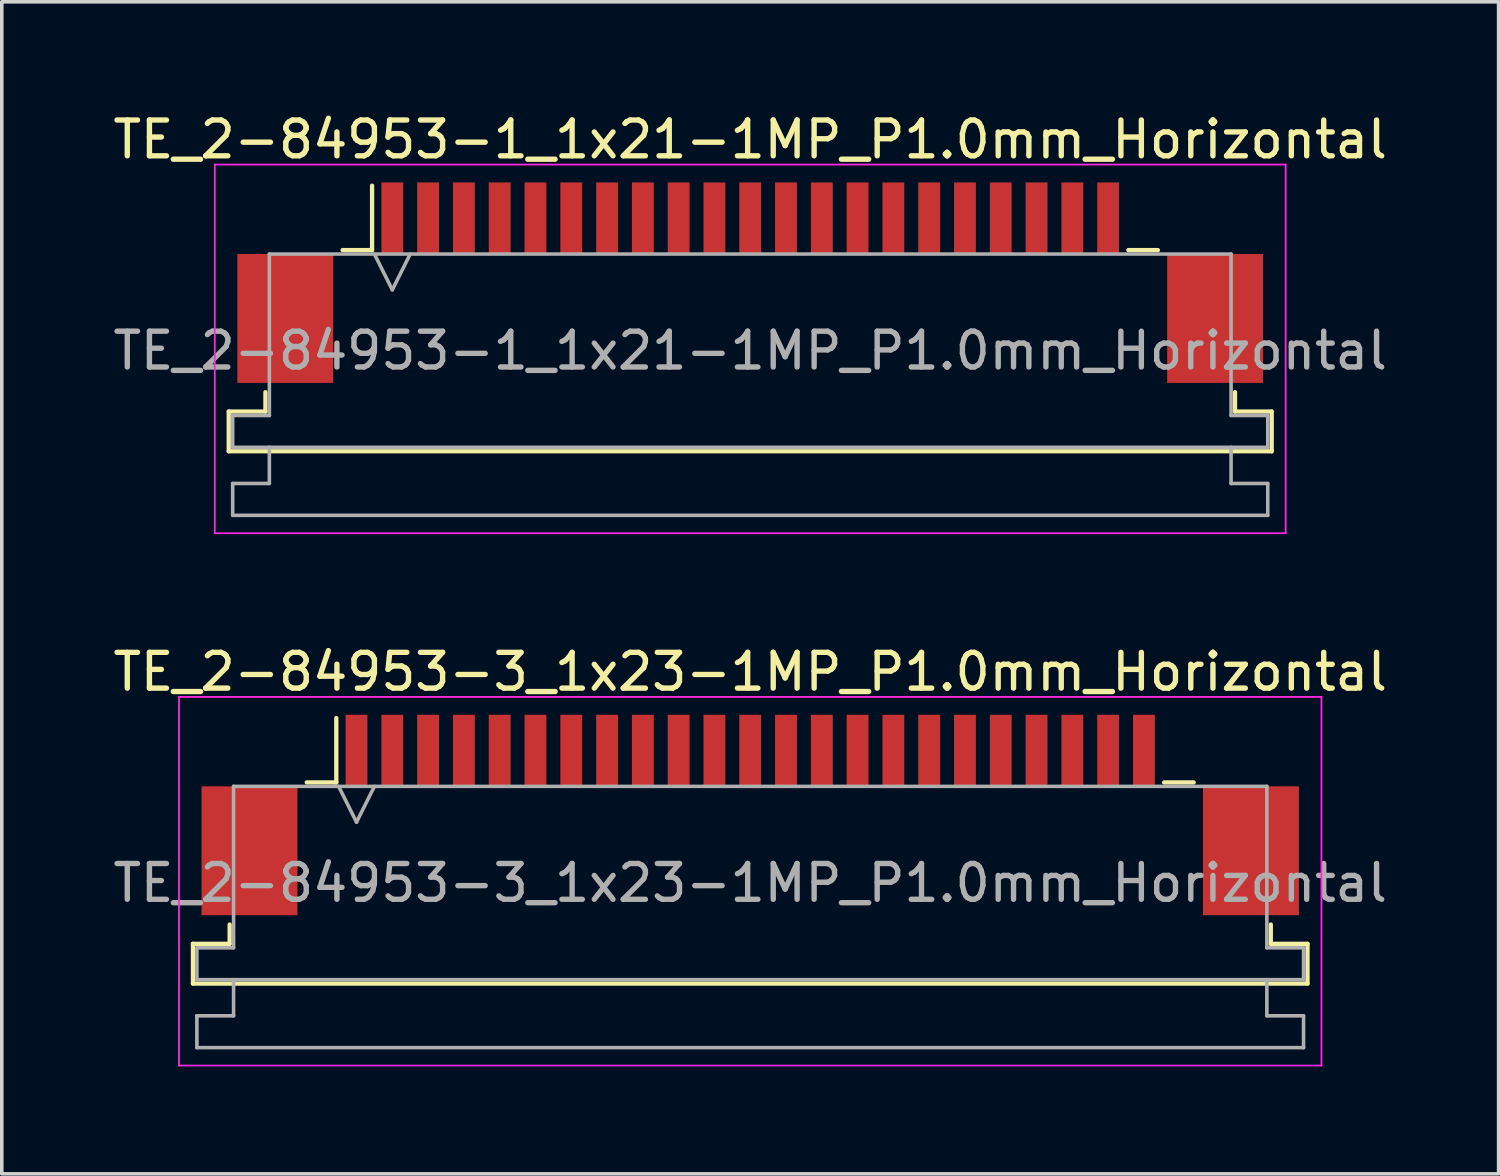
<source format=kicad_pcb>
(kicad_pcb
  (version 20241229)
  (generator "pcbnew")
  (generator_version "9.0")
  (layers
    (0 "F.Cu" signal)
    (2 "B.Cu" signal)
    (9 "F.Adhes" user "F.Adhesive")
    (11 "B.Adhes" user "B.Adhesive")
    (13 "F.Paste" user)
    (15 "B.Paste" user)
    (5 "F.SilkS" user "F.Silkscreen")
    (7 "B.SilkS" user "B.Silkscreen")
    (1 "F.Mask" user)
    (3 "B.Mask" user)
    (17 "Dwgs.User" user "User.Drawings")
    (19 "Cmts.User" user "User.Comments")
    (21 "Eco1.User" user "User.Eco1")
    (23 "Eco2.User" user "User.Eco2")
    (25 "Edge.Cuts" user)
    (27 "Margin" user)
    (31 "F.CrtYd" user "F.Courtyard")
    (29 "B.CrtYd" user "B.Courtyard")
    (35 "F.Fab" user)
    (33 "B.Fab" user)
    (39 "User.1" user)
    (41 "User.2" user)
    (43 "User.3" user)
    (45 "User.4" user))
  (footprint "TE_2-84953-3_1x23-1MP_P1.0mm_Horizontal"
    (layer "F.Cu")
    (at 17.911 19.721)
    (property "Reference" "TE_2-84953-3_1x23-1MP_P1.0mm_Horizontal" (at 0 -4 0) (layer "F.SilkS") (effects (font (size 1 1) (thickness 0.15))))
    (attr smd)
    (fp_line (start -15.57 3.6) (end -14.545 3.6) (stroke (width 0.12) (type solid)) (layer "F.SilkS"))
    (fp_line (start -15.57 4.71) (end -15.57 3.6) (stroke (width 0.12) (type solid)) (layer "F.SilkS"))
    (fp_line (start -14.545 3.6) (end -14.545 3.06) (stroke (width 0.12) (type solid)) (layer "F.SilkS"))
    (fp_line (start -12.39 -0.91) (end -11.565 -0.91) (stroke (width 0.12) (type solid)) (layer "F.SilkS"))
    (fp_line (start -11.565 -0.91) (end -11.565 -2.71) (stroke (width 0.12) (type solid)) (layer "F.SilkS"))
    (fp_line (start 11.565 -0.91) (end 12.39 -0.91) (stroke (width 0.12) (type solid)) (layer "F.SilkS"))
    (fp_line (start 14.545 3.06) (end 14.545 3.6) (stroke (width 0.12) (type solid)) (layer "F.SilkS"))
    (fp_line (start 14.545 3.6) (end 15.57 3.6) (stroke (width 0.12) (type solid)) (layer "F.SilkS"))
    (fp_line (start 15.57 3.6) (end 15.57 4.71) (stroke (width 0.12) (type solid)) (layer "F.SilkS"))
    (fp_line (start 15.57 4.71) (end -15.57 4.71) (stroke (width 0.12) (type solid)) (layer "F.SilkS"))
    (fp_line (start -15.96 -3.3) (end -15.96 7) (stroke (width 0.05) (type solid)) (layer "F.CrtYd"))
    (fp_line (start -15.96 7) (end 15.96 7) (stroke (width 0.05) (type solid)) (layer "F.CrtYd"))
    (fp_line (start 15.96 -3.3) (end -15.96 -3.3) (stroke (width 0.05) (type solid)) (layer "F.CrtYd"))
    (fp_line (start 15.96 7) (end 15.96 -3.3) (stroke (width 0.05) (type solid)) (layer "F.CrtYd"))
    (fp_line (start -15.46 3.71) (end -14.435 3.71) (stroke (width 0.1) (type solid)) (layer "F.Fab"))
    (fp_line (start -15.46 4.6) (end -15.46 3.71) (stroke (width 0.1) (type solid)) (layer "F.Fab"))
    (fp_line (start -15.46 5.61) (end -14.435 5.61) (stroke (width 0.1) (type solid)) (layer "F.Fab"))
    (fp_line (start -15.46 6.5) (end -15.46 5.61) (stroke (width 0.1) (type solid)) (layer "F.Fab"))
    (fp_line (start -14.435 -0.8) (end 14.435 -0.8) (stroke (width 0.1) (type solid)) (layer "F.Fab"))
    (fp_line (start -14.435 3.71) (end -14.435 -0.8) (stroke (width 0.1) (type solid)) (layer "F.Fab"))
    (fp_line (start -14.435 5.61) (end -14.435 4.6) (stroke (width 0.1) (type solid)) (layer "F.Fab"))
    (fp_line (start -11.5 -0.8) (end -11 0.2) (stroke (width 0.1) (type solid)) (layer "F.Fab"))
    (fp_line (start -11 0.2) (end -10.5 -0.8) (stroke (width 0.1) (type solid)) (layer "F.Fab"))
    (fp_line (start 14.435 -0.8) (end 14.435 3.71) (stroke (width 0.1) (type solid)) (layer "F.Fab"))
    (fp_line (start 14.435 3.71) (end 15.46 3.71) (stroke (width 0.1) (type solid)) (layer "F.Fab"))
    (fp_line (start 14.435 4.6) (end 14.435 5.61) (stroke (width 0.1) (type solid)) (layer "F.Fab"))
    (fp_line (start 14.435 5.61) (end 15.46 5.61) (stroke (width 0.1) (type solid)) (layer "F.Fab"))
    (fp_line (start 15.46 3.71) (end 15.46 4.6) (stroke (width 0.1) (type solid)) (layer "F.Fab"))
    (fp_line (start 15.46 4.6) (end -15.46 4.6) (stroke (width 0.1) (type solid)) (layer "F.Fab"))
    (fp_line (start 15.46 5.61) (end 15.46 6.5) (stroke (width 0.1) (type solid)) (layer "F.Fab"))
    (fp_line (start 15.46 6.5) (end -15.46 6.5) (stroke (width 0.1) (type solid)) (layer "F.Fab"))
    (fp_text user "${REFERENCE}" (at 0 1.9 0) (layer "F.Fab") (effects (font (size 1 1) (thickness 0.15))))
    (pad "1" smd rect (at -11 -1.8) (size 0.61 2) (layers "F.Cu" "F.Mask" "F.Paste"))
    (pad "2" smd rect (at -10 -1.8) (size 0.61 2) (layers "F.Cu" "F.Mask" "F.Paste"))
    (pad "3" smd rect (at -9 -1.8) (size 0.61 2) (layers "F.Cu" "F.Mask" "F.Paste"))
    (pad "4" smd rect (at -8 -1.8) (size 0.61 2) (layers "F.Cu" "F.Mask" "F.Paste"))
    (pad "5" smd rect (at -7 -1.8) (size 0.61 2) (layers "F.Cu" "F.Mask" "F.Paste"))
    (pad "6" smd rect (at -6 -1.8) (size 0.61 2) (layers "F.Cu" "F.Mask" "F.Paste"))
    (pad "7" smd rect (at -5 -1.8) (size 0.61 2) (layers "F.Cu" "F.Mask" "F.Paste"))
    (pad "8" smd rect (at -4 -1.8) (size 0.61 2) (layers "F.Cu" "F.Mask" "F.Paste"))
    (pad "9" smd rect (at -3 -1.8) (size 0.61 2) (layers "F.Cu" "F.Mask" "F.Paste"))
    (pad "10" smd rect (at -2 -1.8) (size 0.61 2) (layers "F.Cu" "F.Mask" "F.Paste"))
    (pad "11" smd rect (at -1 -1.8) (size 0.61 2) (layers "F.Cu" "F.Mask" "F.Paste"))
    (pad "12" smd rect (at 0 -1.8) (size 0.61 2) (layers "F.Cu" "F.Mask" "F.Paste"))
    (pad "13" smd rect (at 1 -1.8) (size 0.61 2) (layers "F.Cu" "F.Mask" "F.Paste"))
    (pad "14" smd rect (at 2 -1.8) (size 0.61 2) (layers "F.Cu" "F.Mask" "F.Paste"))
    (pad "15" smd rect (at 3 -1.8) (size 0.61 2) (layers "F.Cu" "F.Mask" "F.Paste"))
    (pad "16" smd rect (at 4 -1.8) (size 0.61 2) (layers "F.Cu" "F.Mask" "F.Paste"))
    (pad "17" smd rect (at 5 -1.8) (size 0.61 2) (layers "F.Cu" "F.Mask" "F.Paste"))
    (pad "18" smd rect (at 6 -1.8) (size 0.61 2) (layers "F.Cu" "F.Mask" "F.Paste"))
    (pad "19" smd rect (at 7 -1.8) (size 0.61 2) (layers "F.Cu" "F.Mask" "F.Paste"))
    (pad "20" smd rect (at 8 -1.8) (size 0.61 2) (layers "F.Cu" "F.Mask" "F.Paste"))
    (pad "21" smd rect (at 9 -1.8) (size 0.61 2) (layers "F.Cu" "F.Mask" "F.Paste"))
    (pad "22" smd rect (at 10 -1.8) (size 0.61 2) (layers "F.Cu" "F.Mask" "F.Paste"))
    (pad "23" smd rect (at 11 -1.8) (size 0.61 2) (layers "F.Cu" "F.Mask" "F.Paste"))
    (pad "MP" smd rect (at -13.99 1) (size 2.68 3.6) (layers "F.Cu" "F.Mask" "F.Paste"))
    (pad "MP" smd rect (at 13.99 1) (size 2.68 3.6) (layers "F.Cu" "F.Mask" "F.Paste")))
  (footprint "TE_2-84953-1_1x21-1MP_P1.0mm_Horizontal"
    (layer "F.Cu")
    (at 17.911 4.848)
    (property "Reference" "TE_2-84953-1_1x21-1MP_P1.0mm_Horizontal" (at 0 -4 0) (layer "F.SilkS") (effects (font (size 1 1) (thickness 0.15))))
    (attr smd)
    (fp_line (start -14.57 3.6) (end -13.545 3.6) (stroke (width 0.12) (type solid)) (layer "F.SilkS"))
    (fp_line (start -14.57 4.71) (end -14.57 3.6) (stroke (width 0.12) (type solid)) (layer "F.SilkS"))
    (fp_line (start -13.545 3.6) (end -13.545 3.06) (stroke (width 0.12) (type solid)) (layer "F.SilkS"))
    (fp_line (start -11.39 -0.91) (end -10.565 -0.91) (stroke (width 0.12) (type solid)) (layer "F.SilkS"))
    (fp_line (start -10.565 -0.91) (end -10.565 -2.71) (stroke (width 0.12) (type solid)) (layer "F.SilkS"))
    (fp_line (start 10.565 -0.91) (end 11.39 -0.91) (stroke (width 0.12) (type solid)) (layer "F.SilkS"))
    (fp_line (start 13.545 3.06) (end 13.545 3.6) (stroke (width 0.12) (type solid)) (layer "F.SilkS"))
    (fp_line (start 13.545 3.6) (end 14.57 3.6) (stroke (width 0.12) (type solid)) (layer "F.SilkS"))
    (fp_line (start 14.57 3.6) (end 14.57 4.71) (stroke (width 0.12) (type solid)) (layer "F.SilkS"))
    (fp_line (start 14.57 4.71) (end -14.57 4.71) (stroke (width 0.12) (type solid)) (layer "F.SilkS"))
    (fp_line (start -14.96 -3.3) (end -14.96 7) (stroke (width 0.05) (type solid)) (layer "F.CrtYd"))
    (fp_line (start -14.96 7) (end 14.96 7) (stroke (width 0.05) (type solid)) (layer "F.CrtYd"))
    (fp_line (start 14.96 -3.3) (end -14.96 -3.3) (stroke (width 0.05) (type solid)) (layer "F.CrtYd"))
    (fp_line (start 14.96 7) (end 14.96 -3.3) (stroke (width 0.05) (type solid)) (layer "F.CrtYd"))
    (fp_line (start -14.46 3.71) (end -13.435 3.71) (stroke (width 0.1) (type solid)) (layer "F.Fab"))
    (fp_line (start -14.46 4.6) (end -14.46 3.71) (stroke (width 0.1) (type solid)) (layer "F.Fab"))
    (fp_line (start -14.46 5.61) (end -13.435 5.61) (stroke (width 0.1) (type solid)) (layer "F.Fab"))
    (fp_line (start -14.46 6.5) (end -14.46 5.61) (stroke (width 0.1) (type solid)) (layer "F.Fab"))
    (fp_line (start -13.435 -0.8) (end 13.435 -0.8) (stroke (width 0.1) (type solid)) (layer "F.Fab"))
    (fp_line (start -13.435 3.71) (end -13.435 -0.8) (stroke (width 0.1) (type solid)) (layer "F.Fab"))
    (fp_line (start -13.435 5.61) (end -13.435 4.6) (stroke (width 0.1) (type solid)) (layer "F.Fab"))
    (fp_line (start -10.5 -0.8) (end -10 0.2) (stroke (width 0.1) (type solid)) (layer "F.Fab"))
    (fp_line (start -10 0.2) (end -9.5 -0.8) (stroke (width 0.1) (type solid)) (layer "F.Fab"))
    (fp_line (start 13.435 -0.8) (end 13.435 3.71) (stroke (width 0.1) (type solid)) (layer "F.Fab"))
    (fp_line (start 13.435 3.71) (end 14.46 3.71) (stroke (width 0.1) (type solid)) (layer "F.Fab"))
    (fp_line (start 13.435 4.6) (end 13.435 5.61) (stroke (width 0.1) (type solid)) (layer "F.Fab"))
    (fp_line (start 13.435 5.61) (end 14.46 5.61) (stroke (width 0.1) (type solid)) (layer "F.Fab"))
    (fp_line (start 14.46 3.71) (end 14.46 4.6) (stroke (width 0.1) (type solid)) (layer "F.Fab"))
    (fp_line (start 14.46 4.6) (end -14.46 4.6) (stroke (width 0.1) (type solid)) (layer "F.Fab"))
    (fp_line (start 14.46 5.61) (end 14.46 6.5) (stroke (width 0.1) (type solid)) (layer "F.Fab"))
    (fp_line (start 14.46 6.5) (end -14.46 6.5) (stroke (width 0.1) (type solid)) (layer "F.Fab"))
    (fp_text user "${REFERENCE}" (at 0 1.9 0) (layer "F.Fab") (effects (font (size 1 1) (thickness 0.15))))
    (pad "1" smd rect (at -10 -1.8) (size 0.61 2) (layers "F.Cu" "F.Mask" "F.Paste"))
    (pad "2" smd rect (at -9 -1.8) (size 0.61 2) (layers "F.Cu" "F.Mask" "F.Paste"))
    (pad "3" smd rect (at -8 -1.8) (size 0.61 2) (layers "F.Cu" "F.Mask" "F.Paste"))
    (pad "4" smd rect (at -7 -1.8) (size 0.61 2) (layers "F.Cu" "F.Mask" "F.Paste"))
    (pad "5" smd rect (at -6 -1.8) (size 0.61 2) (layers "F.Cu" "F.Mask" "F.Paste"))
    (pad "6" smd rect (at -5 -1.8) (size 0.61 2) (layers "F.Cu" "F.Mask" "F.Paste"))
    (pad "7" smd rect (at -4 -1.8) (size 0.61 2) (layers "F.Cu" "F.Mask" "F.Paste"))
    (pad "8" smd rect (at -3 -1.8) (size 0.61 2) (layers "F.Cu" "F.Mask" "F.Paste"))
    (pad "9" smd rect (at -2 -1.8) (size 0.61 2) (layers "F.Cu" "F.Mask" "F.Paste"))
    (pad "10" smd rect (at -1 -1.8) (size 0.61 2) (layers "F.Cu" "F.Mask" "F.Paste"))
    (pad "11" smd rect (at 0 -1.8) (size 0.61 2) (layers "F.Cu" "F.Mask" "F.Paste"))
    (pad "12" smd rect (at 1 -1.8) (size 0.61 2) (layers "F.Cu" "F.Mask" "F.Paste"))
    (pad "13" smd rect (at 2 -1.8) (size 0.61 2) (layers "F.Cu" "F.Mask" "F.Paste"))
    (pad "14" smd rect (at 3 -1.8) (size 0.61 2) (layers "F.Cu" "F.Mask" "F.Paste"))
    (pad "15" smd rect (at 4 -1.8) (size 0.61 2) (layers "F.Cu" "F.Mask" "F.Paste"))
    (pad "16" smd rect (at 5 -1.8) (size 0.61 2) (layers "F.Cu" "F.Mask" "F.Paste"))
    (pad "17" smd rect (at 6 -1.8) (size 0.61 2) (layers "F.Cu" "F.Mask" "F.Paste"))
    (pad "18" smd rect (at 7 -1.8) (size 0.61 2) (layers "F.Cu" "F.Mask" "F.Paste"))
    (pad "19" smd rect (at 8 -1.8) (size 0.61 2) (layers "F.Cu" "F.Mask" "F.Paste"))
    (pad "20" smd rect (at 9 -1.8) (size 0.61 2) (layers "F.Cu" "F.Mask" "F.Paste"))
    (pad "21" smd rect (at 10 -1.8) (size 0.61 2) (layers "F.Cu" "F.Mask" "F.Paste"))
    (pad "MP" smd rect (at -12.99 1) (size 2.68 3.6) (layers "F.Cu" "F.Mask" "F.Paste"))
    (pad "MP" smd rect (at 12.99 1) (size 2.68 3.6) (layers "F.Cu" "F.Mask" "F.Paste")))
  (gr_rect
    (start -3 -3)
    (end 38.821 29.747)
    (stroke (width 0.1) (type default))
    (fill no)
    (layer "Edge.Cuts")))
</source>
